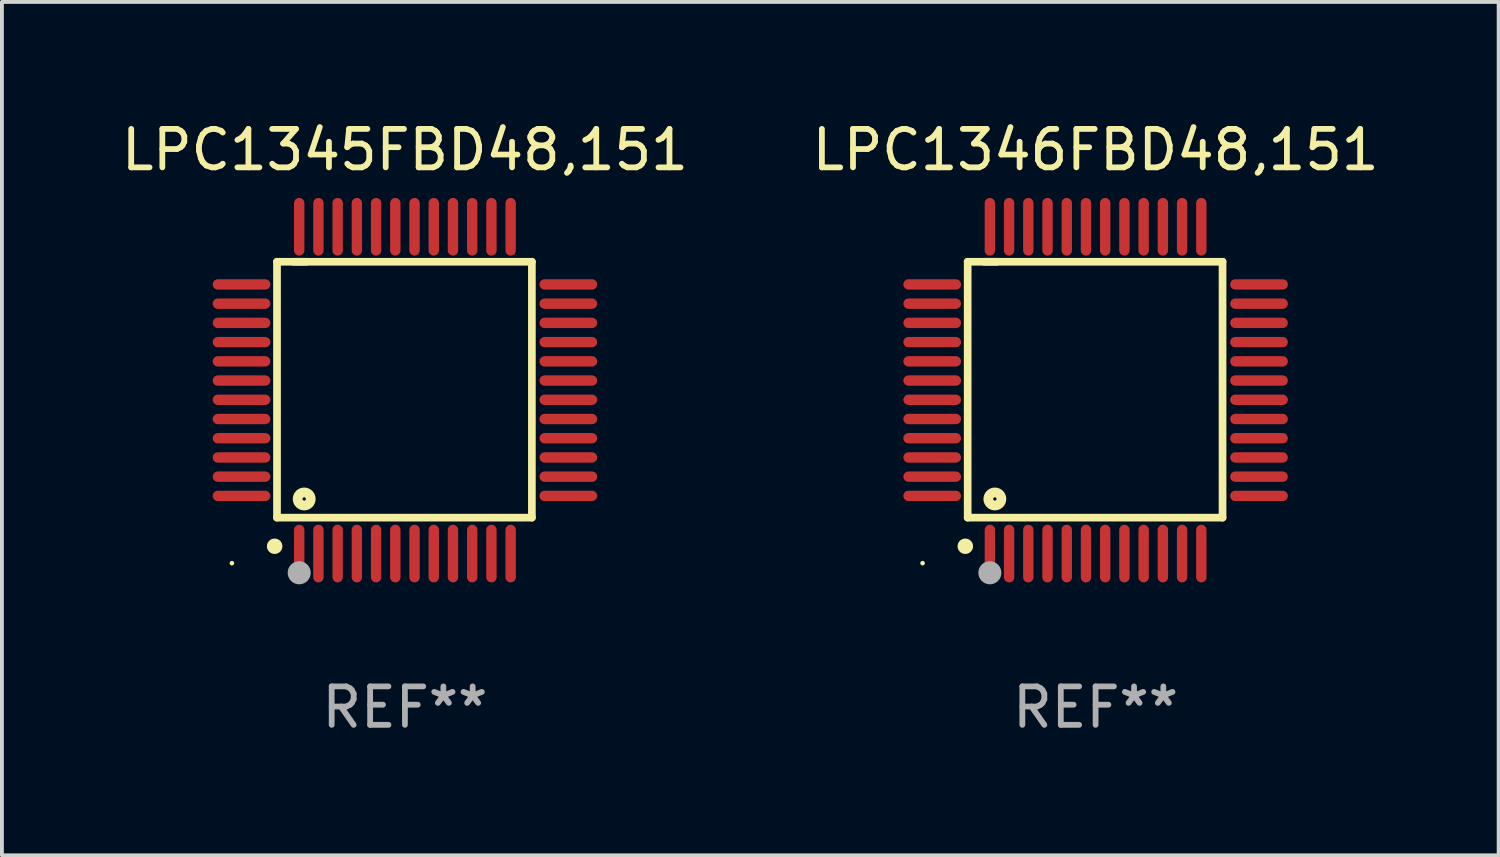
<source format=kicad_pcb>
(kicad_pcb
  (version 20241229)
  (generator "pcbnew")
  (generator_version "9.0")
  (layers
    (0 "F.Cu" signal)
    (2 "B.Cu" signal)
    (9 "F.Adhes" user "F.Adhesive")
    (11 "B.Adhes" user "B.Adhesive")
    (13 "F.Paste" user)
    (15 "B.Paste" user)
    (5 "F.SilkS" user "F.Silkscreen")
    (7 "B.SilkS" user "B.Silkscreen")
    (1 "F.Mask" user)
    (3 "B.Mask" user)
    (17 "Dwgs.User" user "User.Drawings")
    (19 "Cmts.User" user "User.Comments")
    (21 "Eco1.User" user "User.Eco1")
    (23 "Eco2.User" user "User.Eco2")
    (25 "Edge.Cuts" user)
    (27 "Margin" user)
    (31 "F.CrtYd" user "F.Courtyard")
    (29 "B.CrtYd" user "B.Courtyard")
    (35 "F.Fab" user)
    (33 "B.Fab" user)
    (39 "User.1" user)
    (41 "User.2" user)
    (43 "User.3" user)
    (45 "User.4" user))
  (footprint "LPC1346FBD48,151"
    (layer "F.Cu")
    (at 25.446 7.098)
    (property "Reference" "LPC1346FBD48,151" (at 0 -6.25 0) (layer "F.SilkS") (effects (font (size 1 1) (thickness 0.15))))
    (attr through_hole)
    (fp_line (start -3.327 -3.34) (end -2.565 -3.34) (stroke (width 0.2) (type solid)) (layer "F.SilkS"))
    (fp_line (start -3.327 3.315) (end -3.327 -3.34) (stroke (width 0.2) (type solid)) (layer "F.SilkS"))
    (fp_line (start -2.896 -3.34) (end 3.302 -3.34) (stroke (width 0.2) (type solid)) (layer "F.SilkS"))
    (fp_line (start 3.302 -3.34) (end 3.302 3.315) (stroke (width 0.2) (type solid)) (layer "F.SilkS"))
    (fp_line (start 3.302 3.315) (end -3.327 3.315) (stroke (width 0.2) (type solid)) (layer "F.SilkS"))
    (fp_arc (start -3.389992 4.059995) (mid -3.388722 4.059991) (end -3.387452 4.059995) (stroke (width 0.4) (type solid)) (layer "F.SilkS"))
    (fp_circle (center -4.5 4.5) (end -4.47 4.5) (stroke (width 0.06) (type solid)) (fill no) (layer "F.SilkS"))
    (fp_circle (center -2.62 2.83) (end -2.45 2.83) (stroke (width 0.254) (type solid)) (fill no) (layer "F.SilkS"))
    (fp_circle (center -2.75 4.75) (end -2.6 4.75) (stroke (width 0.3) (type solid)) (fill no) (layer "F.Fab"))
    (fp_text user "REF**" (at 0 8.25 0) (layer "F.Fab") (effects (font (size 1 1) (thickness 0.15))))
    (pad "1" smd oval (at -2.75 4.25) (size 0.27 1.5) (layers "F.Cu" "F.Mask" "F.Paste"))
    (pad "2" smd oval (at -2.25 4.25) (size 0.27 1.5) (layers "F.Cu" "F.Mask" "F.Paste"))
    (pad "3" smd oval (at -1.75 4.25) (size 0.27 1.5) (layers "F.Cu" "F.Mask" "F.Paste"))
    (pad "4" smd oval (at -1.25 4.25) (size 0.27 1.5) (layers "F.Cu" "F.Mask" "F.Paste"))
    (pad "5" smd oval (at -0.75 4.25) (size 0.27 1.5) (layers "F.Cu" "F.Mask" "F.Paste"))
    (pad "6" smd oval (at -0.25 4.25) (size 0.27 1.5) (layers "F.Cu" "F.Mask" "F.Paste"))
    (pad "7" smd oval (at 0.25 4.25) (size 0.27 1.5) (layers "F.Cu" "F.Mask" "F.Paste"))
    (pad "8" smd oval (at 0.75 4.25) (size 0.27 1.5) (layers "F.Cu" "F.Mask" "F.Paste"))
    (pad "9" smd oval (at 1.25 4.25) (size 0.27 1.5) (layers "F.Cu" "F.Mask" "F.Paste"))
    (pad "10" smd oval (at 1.75 4.25) (size 0.27 1.5) (layers "F.Cu" "F.Mask" "F.Paste"))
    (pad "11" smd oval (at 2.25 4.25) (size 0.27 1.5) (layers "F.Cu" "F.Mask" "F.Paste"))
    (pad "12" smd oval (at 2.75 4.25) (size 0.27 1.5) (layers "F.Cu" "F.Mask" "F.Paste"))
    (pad "13" smd oval (at 4.25 2.75) (size 1.5 0.27) (layers "F.Cu" "F.Mask" "F.Paste"))
    (pad "14" smd oval (at 4.25 2.25) (size 1.5 0.27) (layers "F.Cu" "F.Mask" "F.Paste"))
    (pad "15" smd oval (at 4.25 1.75) (size 1.5 0.27) (layers "F.Cu" "F.Mask" "F.Paste"))
    (pad "16" smd oval (at 4.25 1.25) (size 1.5 0.27) (layers "F.Cu" "F.Mask" "F.Paste"))
    (pad "17" smd oval (at 4.25 0.75) (size 1.5 0.27) (layers "F.Cu" "F.Mask" "F.Paste"))
    (pad "18" smd oval (at 4.25 0.25) (size 1.5 0.27) (layers "F.Cu" "F.Mask" "F.Paste"))
    (pad "19" smd oval (at 4.25 -0.25) (size 1.5 0.27) (layers "F.Cu" "F.Mask" "F.Paste"))
    (pad "20" smd oval (at 4.25 -0.75) (size 1.5 0.27) (layers "F.Cu" "F.Mask" "F.Paste"))
    (pad "21" smd oval (at 4.25 -1.25) (size 1.5 0.27) (layers "F.Cu" "F.Mask" "F.Paste"))
    (pad "22" smd oval (at 4.25 -1.75) (size 1.5 0.27) (layers "F.Cu" "F.Mask" "F.Paste"))
    (pad "23" smd oval (at 4.25 -2.25) (size 1.5 0.27) (layers "F.Cu" "F.Mask" "F.Paste"))
    (pad "24" smd oval (at 4.25 -2.75) (size 1.5 0.27) (layers "F.Cu" "F.Mask" "F.Paste"))
    (pad "25" smd oval (at 2.75 -4.25) (size 0.27 1.5) (layers "F.Cu" "F.Mask" "F.Paste"))
    (pad "26" smd oval (at 2.25 -4.25) (size 0.27 1.5) (layers "F.Cu" "F.Mask" "F.Paste"))
    (pad "27" smd oval (at 1.75 -4.25) (size 0.27 1.5) (layers "F.Cu" "F.Mask" "F.Paste"))
    (pad "28" smd oval (at 1.25 -4.25) (size 0.27 1.5) (layers "F.Cu" "F.Mask" "F.Paste"))
    (pad "29" smd oval (at 0.75 -4.25) (size 0.27 1.5) (layers "F.Cu" "F.Mask" "F.Paste"))
    (pad "30" smd oval (at 0.25 -4.25) (size 0.27 1.5) (layers "F.Cu" "F.Mask" "F.Paste"))
    (pad "31" smd oval (at -0.25 -4.25) (size 0.27 1.5) (layers "F.Cu" "F.Mask" "F.Paste"))
    (pad "32" smd oval (at -0.75 -4.25) (size 0.27 1.5) (layers "F.Cu" "F.Mask" "F.Paste"))
    (pad "33" smd oval (at -1.25 -4.25) (size 0.27 1.5) (layers "F.Cu" "F.Mask" "F.Paste"))
    (pad "34" smd oval (at -1.75 -4.25) (size 0.27 1.5) (layers "F.Cu" "F.Mask" "F.Paste"))
    (pad "35" smd oval (at -2.25 -4.25) (size 0.27 1.5) (layers "F.Cu" "F.Mask" "F.Paste"))
    (pad "36" smd oval (at -2.75 -4.25) (size 0.27 1.5) (layers "F.Cu" "F.Mask" "F.Paste"))
    (pad "37" smd oval (at -4.25 -2.75) (size 1.5 0.27) (layers "F.Cu" "F.Mask" "F.Paste"))
    (pad "38" smd oval (at -4.25 -2.25) (size 1.5 0.27) (layers "F.Cu" "F.Mask" "F.Paste"))
    (pad "39" smd oval (at -4.25 -1.75) (size 1.5 0.27) (layers "F.Cu" "F.Mask" "F.Paste"))
    (pad "40" smd oval (at -4.25 -1.25) (size 1.5 0.27) (layers "F.Cu" "F.Mask" "F.Paste"))
    (pad "41" smd oval (at -4.25 -0.75) (size 1.5 0.27) (layers "F.Cu" "F.Mask" "F.Paste"))
    (pad "42" smd oval (at -4.25 -0.25) (size 1.5 0.27) (layers "F.Cu" "F.Mask" "F.Paste"))
    (pad "43" smd oval (at -4.25 0.25) (size 1.5 0.27) (layers "F.Cu" "F.Mask" "F.Paste"))
    (pad "44" smd oval (at -4.25 0.75) (size 1.5 0.27) (layers "F.Cu" "F.Mask" "F.Paste"))
    (pad "45" smd oval (at -4.25 1.25) (size 1.5 0.27) (layers "F.Cu" "F.Mask" "F.Paste"))
    (pad "46" smd oval (at -4.25 1.75) (size 1.5 0.27) (layers "F.Cu" "F.Mask" "F.Paste"))
    (pad "47" smd oval (at -4.25 2.25) (size 1.5 0.27) (layers "F.Cu" "F.Mask" "F.Paste"))
    (pad "48" smd oval (at -4.25 2.75) (size 1.5 0.27) (layers "F.Cu" "F.Mask" "F.Paste")))
  (footprint "LPC1345FBD48,151"
    (layer "F.Cu")
    (at 7.482 7.098)
    (property "Reference" "LPC1345FBD48,151" (at 0 -6.25 0) (layer "F.SilkS") (effects (font (size 1 1) (thickness 0.15))))
    (attr through_hole)
    (fp_line (start -3.327 -3.34) (end -2.565 -3.34) (stroke (width 0.2) (type solid)) (layer "F.SilkS"))
    (fp_line (start -3.327 3.315) (end -3.327 -3.34) (stroke (width 0.2) (type solid)) (layer "F.SilkS"))
    (fp_line (start -2.896 -3.34) (end 3.302 -3.34) (stroke (width 0.2) (type solid)) (layer "F.SilkS"))
    (fp_line (start 3.302 -3.34) (end 3.302 3.315) (stroke (width 0.2) (type solid)) (layer "F.SilkS"))
    (fp_line (start 3.302 3.315) (end -3.327 3.315) (stroke (width 0.2) (type solid)) (layer "F.SilkS"))
    (fp_arc (start -3.389992 4.059995) (mid -3.388722 4.059991) (end -3.387452 4.059995) (stroke (width 0.4) (type solid)) (layer "F.SilkS"))
    (fp_circle (center -4.5 4.5) (end -4.47 4.5) (stroke (width 0.06) (type solid)) (fill no) (layer "F.SilkS"))
    (fp_circle (center -2.62 2.83) (end -2.45 2.83) (stroke (width 0.254) (type solid)) (fill no) (layer "F.SilkS"))
    (fp_circle (center -2.75 4.75) (end -2.6 4.75) (stroke (width 0.3) (type solid)) (fill no) (layer "F.Fab"))
    (fp_text user "REF**" (at 0 8.25 0) (layer "F.Fab") (effects (font (size 1 1) (thickness 0.15))))
    (pad "1" smd oval (at -2.75 4.25) (size 0.27 1.5) (layers "F.Cu" "F.Mask" "F.Paste"))
    (pad "2" smd oval (at -2.25 4.25) (size 0.27 1.5) (layers "F.Cu" "F.Mask" "F.Paste"))
    (pad "3" smd oval (at -1.75 4.25) (size 0.27 1.5) (layers "F.Cu" "F.Mask" "F.Paste"))
    (pad "4" smd oval (at -1.25 4.25) (size 0.27 1.5) (layers "F.Cu" "F.Mask" "F.Paste"))
    (pad "5" smd oval (at -0.75 4.25) (size 0.27 1.5) (layers "F.Cu" "F.Mask" "F.Paste"))
    (pad "6" smd oval (at -0.25 4.25) (size 0.27 1.5) (layers "F.Cu" "F.Mask" "F.Paste"))
    (pad "7" smd oval (at 0.25 4.25) (size 0.27 1.5) (layers "F.Cu" "F.Mask" "F.Paste"))
    (pad "8" smd oval (at 0.75 4.25) (size 0.27 1.5) (layers "F.Cu" "F.Mask" "F.Paste"))
    (pad "9" smd oval (at 1.25 4.25) (size 0.27 1.5) (layers "F.Cu" "F.Mask" "F.Paste"))
    (pad "10" smd oval (at 1.75 4.25) (size 0.27 1.5) (layers "F.Cu" "F.Mask" "F.Paste"))
    (pad "11" smd oval (at 2.25 4.25) (size 0.27 1.5) (layers "F.Cu" "F.Mask" "F.Paste"))
    (pad "12" smd oval (at 2.75 4.25) (size 0.27 1.5) (layers "F.Cu" "F.Mask" "F.Paste"))
    (pad "13" smd oval (at 4.25 2.75) (size 1.5 0.27) (layers "F.Cu" "F.Mask" "F.Paste"))
    (pad "14" smd oval (at 4.25 2.25) (size 1.5 0.27) (layers "F.Cu" "F.Mask" "F.Paste"))
    (pad "15" smd oval (at 4.25 1.75) (size 1.5 0.27) (layers "F.Cu" "F.Mask" "F.Paste"))
    (pad "16" smd oval (at 4.25 1.25) (size 1.5 0.27) (layers "F.Cu" "F.Mask" "F.Paste"))
    (pad "17" smd oval (at 4.25 0.75) (size 1.5 0.27) (layers "F.Cu" "F.Mask" "F.Paste"))
    (pad "18" smd oval (at 4.25 0.25) (size 1.5 0.27) (layers "F.Cu" "F.Mask" "F.Paste"))
    (pad "19" smd oval (at 4.25 -0.25) (size 1.5 0.27) (layers "F.Cu" "F.Mask" "F.Paste"))
    (pad "20" smd oval (at 4.25 -0.75) (size 1.5 0.27) (layers "F.Cu" "F.Mask" "F.Paste"))
    (pad "21" smd oval (at 4.25 -1.25) (size 1.5 0.27) (layers "F.Cu" "F.Mask" "F.Paste"))
    (pad "22" smd oval (at 4.25 -1.75) (size 1.5 0.27) (layers "F.Cu" "F.Mask" "F.Paste"))
    (pad "23" smd oval (at 4.25 -2.25) (size 1.5 0.27) (layers "F.Cu" "F.Mask" "F.Paste"))
    (pad "24" smd oval (at 4.25 -2.75) (size 1.5 0.27) (layers "F.Cu" "F.Mask" "F.Paste"))
    (pad "25" smd oval (at 2.75 -4.25) (size 0.27 1.5) (layers "F.Cu" "F.Mask" "F.Paste"))
    (pad "26" smd oval (at 2.25 -4.25) (size 0.27 1.5) (layers "F.Cu" "F.Mask" "F.Paste"))
    (pad "27" smd oval (at 1.75 -4.25) (size 0.27 1.5) (layers "F.Cu" "F.Mask" "F.Paste"))
    (pad "28" smd oval (at 1.25 -4.25) (size 0.27 1.5) (layers "F.Cu" "F.Mask" "F.Paste"))
    (pad "29" smd oval (at 0.75 -4.25) (size 0.27 1.5) (layers "F.Cu" "F.Mask" "F.Paste"))
    (pad "30" smd oval (at 0.25 -4.25) (size 0.27 1.5) (layers "F.Cu" "F.Mask" "F.Paste"))
    (pad "31" smd oval (at -0.25 -4.25) (size 0.27 1.5) (layers "F.Cu" "F.Mask" "F.Paste"))
    (pad "32" smd oval (at -0.75 -4.25) (size 0.27 1.5) (layers "F.Cu" "F.Mask" "F.Paste"))
    (pad "33" smd oval (at -1.25 -4.25) (size 0.27 1.5) (layers "F.Cu" "F.Mask" "F.Paste"))
    (pad "34" smd oval (at -1.75 -4.25) (size 0.27 1.5) (layers "F.Cu" "F.Mask" "F.Paste"))
    (pad "35" smd oval (at -2.25 -4.25) (size 0.27 1.5) (layers "F.Cu" "F.Mask" "F.Paste"))
    (pad "36" smd oval (at -2.75 -4.25) (size 0.27 1.5) (layers "F.Cu" "F.Mask" "F.Paste"))
    (pad "37" smd oval (at -4.25 -2.75) (size 1.5 0.27) (layers "F.Cu" "F.Mask" "F.Paste"))
    (pad "38" smd oval (at -4.25 -2.25) (size 1.5 0.27) (layers "F.Cu" "F.Mask" "F.Paste"))
    (pad "39" smd oval (at -4.25 -1.75) (size 1.5 0.27) (layers "F.Cu" "F.Mask" "F.Paste"))
    (pad "40" smd oval (at -4.25 -1.25) (size 1.5 0.27) (layers "F.Cu" "F.Mask" "F.Paste"))
    (pad "41" smd oval (at -4.25 -0.75) (size 1.5 0.27) (layers "F.Cu" "F.Mask" "F.Paste"))
    (pad "42" smd oval (at -4.25 -0.25) (size 1.5 0.27) (layers "F.Cu" "F.Mask" "F.Paste"))
    (pad "43" smd oval (at -4.25 0.25) (size 1.5 0.27) (layers "F.Cu" "F.Mask" "F.Paste"))
    (pad "44" smd oval (at -4.25 0.75) (size 1.5 0.27) (layers "F.Cu" "F.Mask" "F.Paste"))
    (pad "45" smd oval (at -4.25 1.25) (size 1.5 0.27) (layers "F.Cu" "F.Mask" "F.Paste"))
    (pad "46" smd oval (at -4.25 1.75) (size 1.5 0.27) (layers "F.Cu" "F.Mask" "F.Paste"))
    (pad "47" smd oval (at -4.25 2.25) (size 1.5 0.27) (layers "F.Cu" "F.Mask" "F.Paste"))
    (pad "48" smd oval (at -4.25 2.75) (size 1.5 0.27) (layers "F.Cu" "F.Mask" "F.Paste")))
  (gr_rect
    (start -3 -3)
    (end 35.929 19.196)
    (stroke (width 0.1) (type default))
    (fill no)
    (layer "Edge.Cuts")))
</source>
